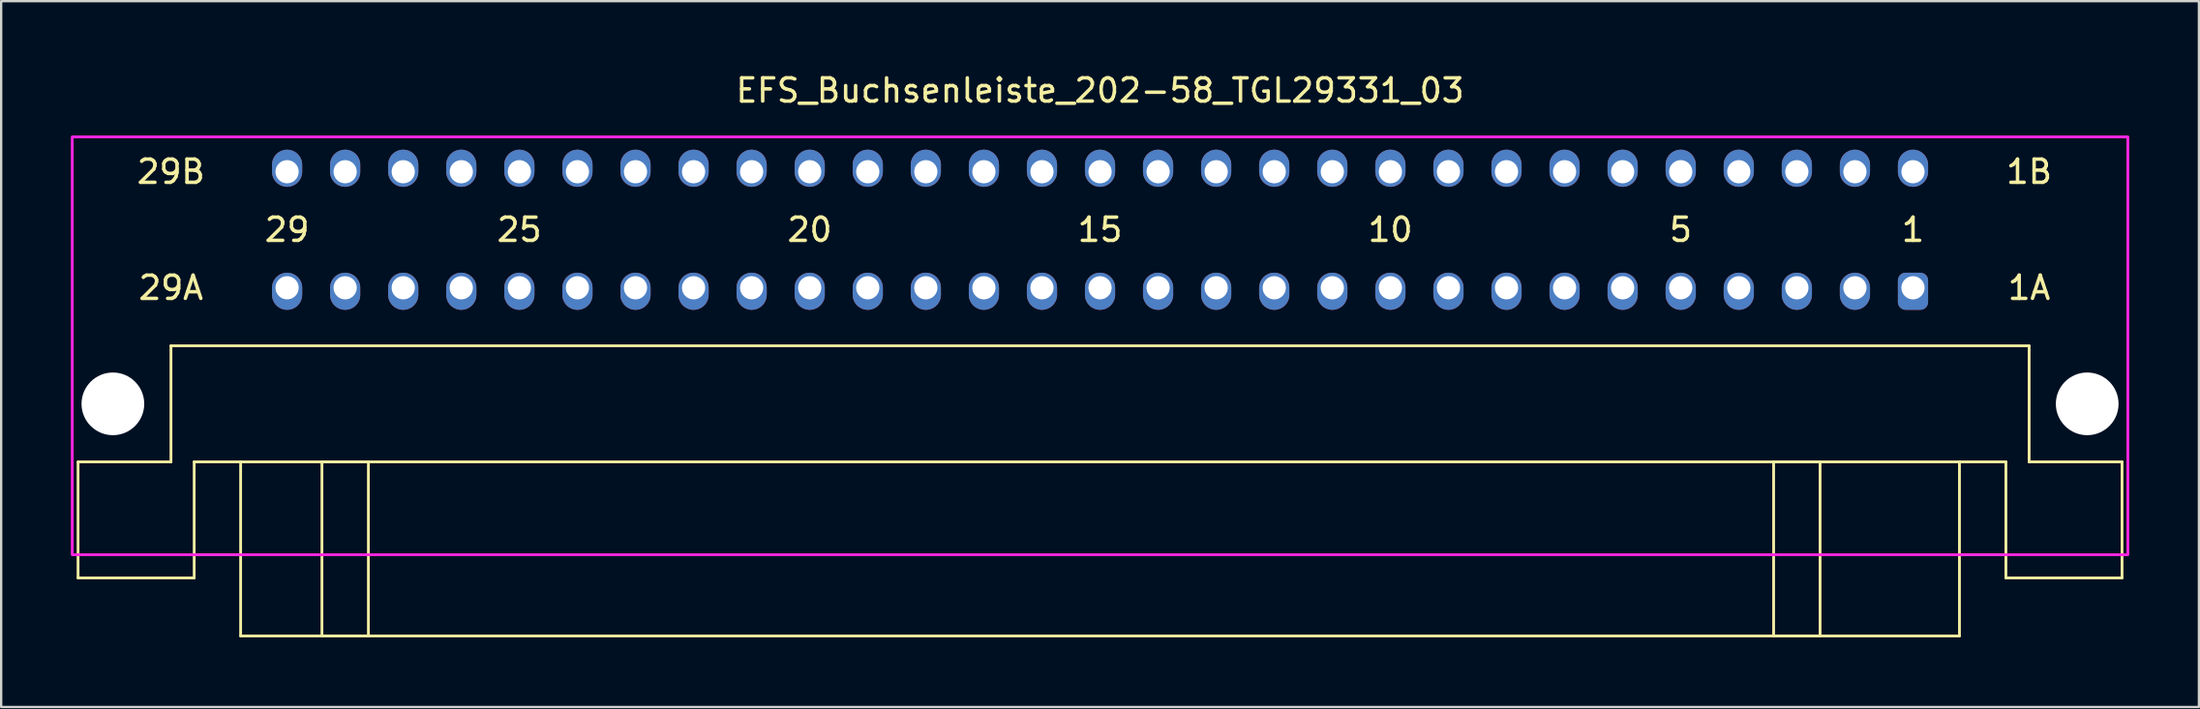
<source format=kicad_pcb>
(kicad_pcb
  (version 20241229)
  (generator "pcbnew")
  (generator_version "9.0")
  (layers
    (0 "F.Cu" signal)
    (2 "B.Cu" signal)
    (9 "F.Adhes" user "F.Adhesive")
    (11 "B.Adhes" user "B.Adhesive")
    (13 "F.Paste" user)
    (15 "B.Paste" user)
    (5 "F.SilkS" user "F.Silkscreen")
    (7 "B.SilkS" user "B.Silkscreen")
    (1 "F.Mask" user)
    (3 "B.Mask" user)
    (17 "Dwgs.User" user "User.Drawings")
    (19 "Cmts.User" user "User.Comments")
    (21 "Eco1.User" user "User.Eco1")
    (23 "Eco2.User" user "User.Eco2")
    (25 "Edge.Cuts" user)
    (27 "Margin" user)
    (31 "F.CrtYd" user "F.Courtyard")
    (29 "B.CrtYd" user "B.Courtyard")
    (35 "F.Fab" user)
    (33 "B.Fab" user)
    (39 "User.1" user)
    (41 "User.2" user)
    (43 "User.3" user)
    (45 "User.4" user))
  (footprint "EFS_Buchsenleiste_202-58_TGL29331_03"
    (layer "F.Cu")
    (at 44.31 20.848)
    (property "Reference" "EFS_Buchsenleiste_202-58_TGL29331_03" (at 0 -20 0) (layer "F.SilkS") (effects (font (size 1 1) (thickness 0.15))))
    (attr through_hole)
    (fp_line (start -44 -4) (end -44 1) (stroke (width 0.12) (type solid)) (layer "F.SilkS"))
    (fp_line (start -44 -4) (end -40 -4) (stroke (width 0.12) (type solid)) (layer "F.SilkS"))
    (fp_line (start -44 1) (end -39 1) (stroke (width 0.12) (type solid)) (layer "F.SilkS"))
    (fp_line (start -40 -9) (end -40 -4) (stroke (width 0.12) (type solid)) (layer "F.SilkS"))
    (fp_line (start -39 -4) (end -39 1) (stroke (width 0.12) (type solid)) (layer "F.SilkS"))
    (fp_line (start -39 -4) (end 39 -4) (stroke (width 0.12) (type solid)) (layer "F.SilkS"))
    (fp_line (start -37 0) (end -39 0) (stroke (width 0.12) (type solid)) (layer "F.SilkS"))
    (fp_line (start -37 3.5) (end -37 -4) (stroke (width 0.12) (type solid)) (layer "F.SilkS"))
    (fp_line (start -37 3.5) (end 37 3.5) (stroke (width 0.12) (type solid)) (layer "F.SilkS"))
    (fp_line (start 37 3.5) (end 37 -4) (stroke (width 0.12) (type solid)) (layer "F.SilkS"))
    (fp_line (start 39 -4) (end 39 1) (stroke (width 0.12) (type solid)) (layer "F.SilkS"))
    (fp_line (start 39 0) (end 37 0) (stroke (width 0.12) (type solid)) (layer "F.SilkS"))
    (fp_line (start 39 1) (end 44 1) (stroke (width 0.12) (type solid)) (layer "F.SilkS"))
    (fp_line (start 40 -9) (end -40 -9) (stroke (width 0.12) (type solid)) (layer "F.SilkS"))
    (fp_line (start 40 -9) (end 40 -4) (stroke (width 0.12) (type solid)) (layer "F.SilkS"))
    (fp_line (start 40 -4) (end 44 -4) (stroke (width 0.12) (type solid)) (layer "F.SilkS"))
    (fp_line (start 44 -4) (end 44 1) (stroke (width 0.12) (type solid)) (layer "F.SilkS"))
    (fp_rect (start -33.5 -4) (end -31.5 3.5) (stroke (width 0.12) (type solid)) (fill no) (layer "F.SilkS"))
    (fp_rect (start 29 -4) (end 31 3.5) (stroke (width 0.12) (type solid)) (fill no) (layer "F.SilkS"))
    (fp_rect (start -44.25 -18) (end 44.25 0) (stroke (width 0.12) (type solid)) (fill no) (layer "F.CrtYd"))
    (fp_text user "25" (at -25 -14 180) (layer "F.SilkS") (effects (font (size 1 1) (thickness 0.15))))
    (fp_text user "1B" (at 40 -16.5 180) (layer "F.SilkS") (effects (font (size 1 1) (thickness 0.15))))
    (fp_text user "15" (at 0 -14 180) (layer "F.SilkS") (effects (font (size 1 1) (thickness 0.15))))
    (fp_text user "29" (at -35 -14 180) (layer "F.SilkS") (effects (font (size 1 1) (thickness 0.15))))
    (fp_text user "1" (at 35 -14 180) (layer "F.SilkS") (effects (font (size 1 1) (thickness 0.15))))
    (fp_text user "5" (at 25 -14 180) (layer "F.SilkS") (effects (font (size 1 1) (thickness 0.15))))
    (fp_text user "29B" (at -40 -16.5 180) (layer "F.SilkS") (effects (font (size 1 1) (thickness 0.15))))
    (fp_text user "29A" (at -40 -11.5 180) (layer "F.SilkS") (effects (font (size 1 1) (thickness 0.15))))
    (fp_text user "20" (at -12.5 -14 180) (layer "F.SilkS") (effects (font (size 1 1) (thickness 0.15))))
    (fp_text user "10" (at 12.5 -14 180) (layer "F.SilkS") (effects (font (size 1 1) (thickness 0.15))))
    (fp_text user "1A" (at 40 -11.5 180) (layer "F.SilkS") (effects (font (size 1 1) (thickness 0.15))))
    (pad "" np_thru_hole circle (at -42.5 -6.5 180) (size 2.7 2.7) (drill 2.7) (layers "*.Cu" "*.Mask"))
    (pad "" np_thru_hole circle (at 42.5 -6.5 180) (size 2.7 2.7) (drill 2.7) (layers "*.Cu" "*.Mask"))
    (pad "1a" thru_hole roundrect (at 35 -11.5 180) (size 1.3 1.6) (drill 1 (offset 0 -0.15)) (layers "*.Cu" "*.Mask") (roundrect_rratio 0.25))
    (pad "1b" thru_hole oval (at 35 -16.5 180) (size 1.3 1.6) (drill 1 (offset 0 0.15)) (layers "*.Cu" "*.Mask"))
    (pad "2a" thru_hole oval (at 32.5 -11.5 180) (size 1.3 1.6) (drill 1 (offset 0 -0.15)) (layers "*.Cu" "*.Mask"))
    (pad "2b" thru_hole oval (at 32.5 -16.5 180) (size 1.3 1.6) (drill 1 (offset 0 0.15)) (layers "*.Cu" "*.Mask"))
    (pad "3a" thru_hole oval (at 30 -11.5 180) (size 1.3 1.6) (drill 1 (offset 0 -0.15)) (layers "*.Cu" "*.Mask"))
    (pad "3b" thru_hole oval (at 30 -16.5 180) (size 1.3 1.6) (drill 1 (offset 0 0.15)) (layers "*.Cu" "*.Mask"))
    (pad "4a" thru_hole oval (at 27.5 -11.5 180) (size 1.3 1.6) (drill 1 (offset 0 -0.15)) (layers "*.Cu" "*.Mask"))
    (pad "4b" thru_hole oval (at 27.5 -16.5 180) (size 1.3 1.6) (drill 1 (offset 0 0.15)) (layers "*.Cu" "*.Mask"))
    (pad "5a" thru_hole oval (at 25 -11.5 180) (size 1.3 1.6) (drill 1 (offset 0 -0.15)) (layers "*.Cu" "*.Mask"))
    (pad "5b" thru_hole oval (at 25 -16.5 180) (size 1.3 1.6) (drill 1 (offset 0 0.15)) (layers "*.Cu" "*.Mask"))
    (pad "6a" thru_hole oval (at 22.5 -11.5 180) (size 1.3 1.6) (drill 1 (offset 0 -0.15)) (layers "*.Cu" "*.Mask"))
    (pad "6b" thru_hole oval (at 22.5 -16.5 180) (size 1.3 1.6) (drill 1 (offset 0 0.15)) (layers "*.Cu" "*.Mask"))
    (pad "7a" thru_hole oval (at 20 -11.5 180) (size 1.3 1.6) (drill 1 (offset 0 -0.15)) (layers "*.Cu" "*.Mask"))
    (pad "7b" thru_hole oval (at 20 -16.5 180) (size 1.3 1.6) (drill 1 (offset 0 0.15)) (layers "*.Cu" "*.Mask"))
    (pad "8a" thru_hole oval (at 17.5 -11.5 180) (size 1.3 1.6) (drill 1 (offset 0 -0.15)) (layers "*.Cu" "*.Mask"))
    (pad "8b" thru_hole oval (at 17.5 -16.5 180) (size 1.3 1.6) (drill 1 (offset 0 0.15)) (layers "*.Cu" "*.Mask"))
    (pad "9a" thru_hole oval (at 15 -11.5 180) (size 1.3 1.6) (drill 1 (offset 0 -0.15)) (layers "*.Cu" "*.Mask"))
    (pad "9b" thru_hole oval (at 15 -16.5 180) (size 1.3 1.6) (drill 1 (offset 0 0.15)) (layers "*.Cu" "*.Mask"))
    (pad "10a" thru_hole oval (at 12.5 -11.5 180) (size 1.3 1.6) (drill 1 (offset 0 -0.15)) (layers "*.Cu" "*.Mask"))
    (pad "10b" thru_hole oval (at 12.5 -16.5 180) (size 1.3 1.6) (drill 1 (offset 0 0.15)) (layers "*.Cu" "*.Mask"))
    (pad "11a" thru_hole oval (at 10 -11.5 180) (size 1.3 1.6) (drill 1 (offset 0 -0.15)) (layers "*.Cu" "*.Mask"))
    (pad "11b" thru_hole oval (at 10 -16.5 180) (size 1.3 1.6) (drill 1 (offset 0 0.15)) (layers "*.Cu" "*.Mask"))
    (pad "12a" thru_hole oval (at 7.5 -11.5 180) (size 1.3 1.6) (drill 1 (offset 0 -0.15)) (layers "*.Cu" "*.Mask"))
    (pad "12b" thru_hole oval (at 7.5 -16.5 180) (size 1.3 1.6) (drill 1 (offset 0 0.15)) (layers "*.Cu" "*.Mask"))
    (pad "13a" thru_hole oval (at 5 -11.5 180) (size 1.3 1.6) (drill 1 (offset 0 -0.15)) (layers "*.Cu" "*.Mask"))
    (pad "13b" thru_hole oval (at 5 -16.5 180) (size 1.3 1.6) (drill 1 (offset 0 0.15)) (layers "*.Cu" "*.Mask"))
    (pad "14a" thru_hole oval (at 2.5 -11.5 180) (size 1.3 1.6) (drill 1 (offset 0 -0.15)) (layers "*.Cu" "*.Mask"))
    (pad "14b" thru_hole oval (at 2.5 -16.5 180) (size 1.3 1.6) (drill 1 (offset 0 0.15)) (layers "*.Cu" "*.Mask"))
    (pad "15a" thru_hole oval (at 0 -11.5 180) (size 1.3 1.6) (drill 1 (offset 0 -0.15)) (layers "*.Cu" "*.Mask"))
    (pad "15b" thru_hole oval (at 0 -16.5 180) (size 1.3 1.6) (drill 1 (offset 0 0.15)) (layers "*.Cu" "*.Mask"))
    (pad "16a" thru_hole oval (at -2.5 -11.5 180) (size 1.3 1.6) (drill 1 (offset 0 -0.15)) (layers "*.Cu" "*.Mask"))
    (pad "16b" thru_hole oval (at -2.5 -16.5 180) (size 1.3 1.6) (drill 1 (offset 0 0.15)) (layers "*.Cu" "*.Mask"))
    (pad "17a" thru_hole oval (at -5 -11.5 180) (size 1.3 1.6) (drill 1 (offset 0 -0.15)) (layers "*.Cu" "*.Mask"))
    (pad "17b" thru_hole oval (at -5 -16.5 180) (size 1.3 1.6) (drill 1 (offset 0 0.15)) (layers "*.Cu" "*.Mask"))
    (pad "18a" thru_hole oval (at -7.5 -11.5 180) (size 1.3 1.6) (drill 1 (offset 0 -0.15)) (layers "*.Cu" "*.Mask"))
    (pad "18b" thru_hole oval (at -7.5 -16.5 180) (size 1.3 1.6) (drill 1 (offset 0 0.15)) (layers "*.Cu" "*.Mask"))
    (pad "19a" thru_hole oval (at -10 -11.5 180) (size 1.3 1.6) (drill 1 (offset 0 -0.15)) (layers "*.Cu" "*.Mask"))
    (pad "19b" thru_hole oval (at -10 -16.5 180) (size 1.3 1.6) (drill 1 (offset 0 0.15)) (layers "*.Cu" "*.Mask"))
    (pad "20a" thru_hole oval (at -12.5 -11.5 180) (size 1.3 1.6) (drill 1 (offset 0 -0.15)) (layers "*.Cu" "*.Mask"))
    (pad "20b" thru_hole oval (at -12.5 -16.5 180) (size 1.3 1.6) (drill 1 (offset 0 0.15)) (layers "*.Cu" "*.Mask"))
    (pad "21a" thru_hole oval (at -15 -11.5 180) (size 1.3 1.6) (drill 1 (offset 0 -0.15)) (layers "*.Cu" "*.Mask"))
    (pad "21b" thru_hole oval (at -15 -16.5 180) (size 1.3 1.6) (drill 1 (offset 0 0.15)) (layers "*.Cu" "*.Mask"))
    (pad "22a" thru_hole oval (at -17.5 -11.5 180) (size 1.3 1.6) (drill 1 (offset 0 -0.15)) (layers "*.Cu" "*.Mask"))
    (pad "22b" thru_hole oval (at -17.5 -16.5 180) (size 1.3 1.6) (drill 1 (offset 0 0.15)) (layers "*.Cu" "*.Mask"))
    (pad "23a" thru_hole oval (at -20 -11.5 180) (size 1.3 1.6) (drill 1 (offset 0 -0.15)) (layers "*.Cu" "*.Mask"))
    (pad "23b" thru_hole oval (at -20 -16.5 180) (size 1.3 1.6) (drill 1 (offset 0 0.15)) (layers "*.Cu" "*.Mask"))
    (pad "24a" thru_hole oval (at -22.5 -11.5 180) (size 1.3 1.6) (drill 1 (offset 0 -0.15)) (layers "*.Cu" "*.Mask"))
    (pad "24b" thru_hole oval (at -22.5 -16.5 180) (size 1.3 1.6) (drill 1 (offset 0 0.15)) (layers "*.Cu" "*.Mask"))
    (pad "25a" thru_hole oval (at -25 -11.5 180) (size 1.3 1.6) (drill 1 (offset 0 -0.15)) (layers "*.Cu" "*.Mask"))
    (pad "25b" thru_hole oval (at -25 -16.5 180) (size 1.3 1.6) (drill 1 (offset 0 0.15)) (layers "*.Cu" "*.Mask"))
    (pad "26a" thru_hole oval (at -27.5 -11.5 180) (size 1.3 1.6) (drill 1 (offset 0 -0.15)) (layers "*.Cu" "*.Mask"))
    (pad "26b" thru_hole oval (at -27.5 -16.5 180) (size 1.3 1.6) (drill 1 (offset 0 0.15)) (layers "*.Cu" "*.Mask"))
    (pad "27a" thru_hole oval (at -30 -11.5 180) (size 1.3 1.6) (drill 1 (offset 0 -0.15)) (layers "*.Cu" "*.Mask"))
    (pad "27b" thru_hole oval (at -30 -16.5 180) (size 1.3 1.6) (drill 1 (offset 0 0.15)) (layers "*.Cu" "*.Mask"))
    (pad "28a" thru_hole oval (at -32.5 -11.5 180) (size 1.3 1.6) (drill 1 (offset 0 -0.15)) (layers "*.Cu" "*.Mask"))
    (pad "28b" thru_hole oval (at -32.5 -16.5 180) (size 1.3 1.6) (drill 1 (offset 0 0.15)) (layers "*.Cu" "*.Mask"))
    (pad "29a" thru_hole oval (at -35 -11.5 180) (size 1.3 1.6) (drill 1 (offset 0 -0.15)) (layers "*.Cu" "*.Mask"))
    (pad "29b" thru_hole oval (at -35 -16.5 180) (size 1.3 1.6) (drill 1 (offset 0 0.15)) (layers "*.Cu" "*.Mask")))
  (gr_rect
    (start -3 -3)
    (end 91.62 27.408)
    (stroke (width 0.1) (type default))
    (fill no)
    (layer "Edge.Cuts")))
</source>
